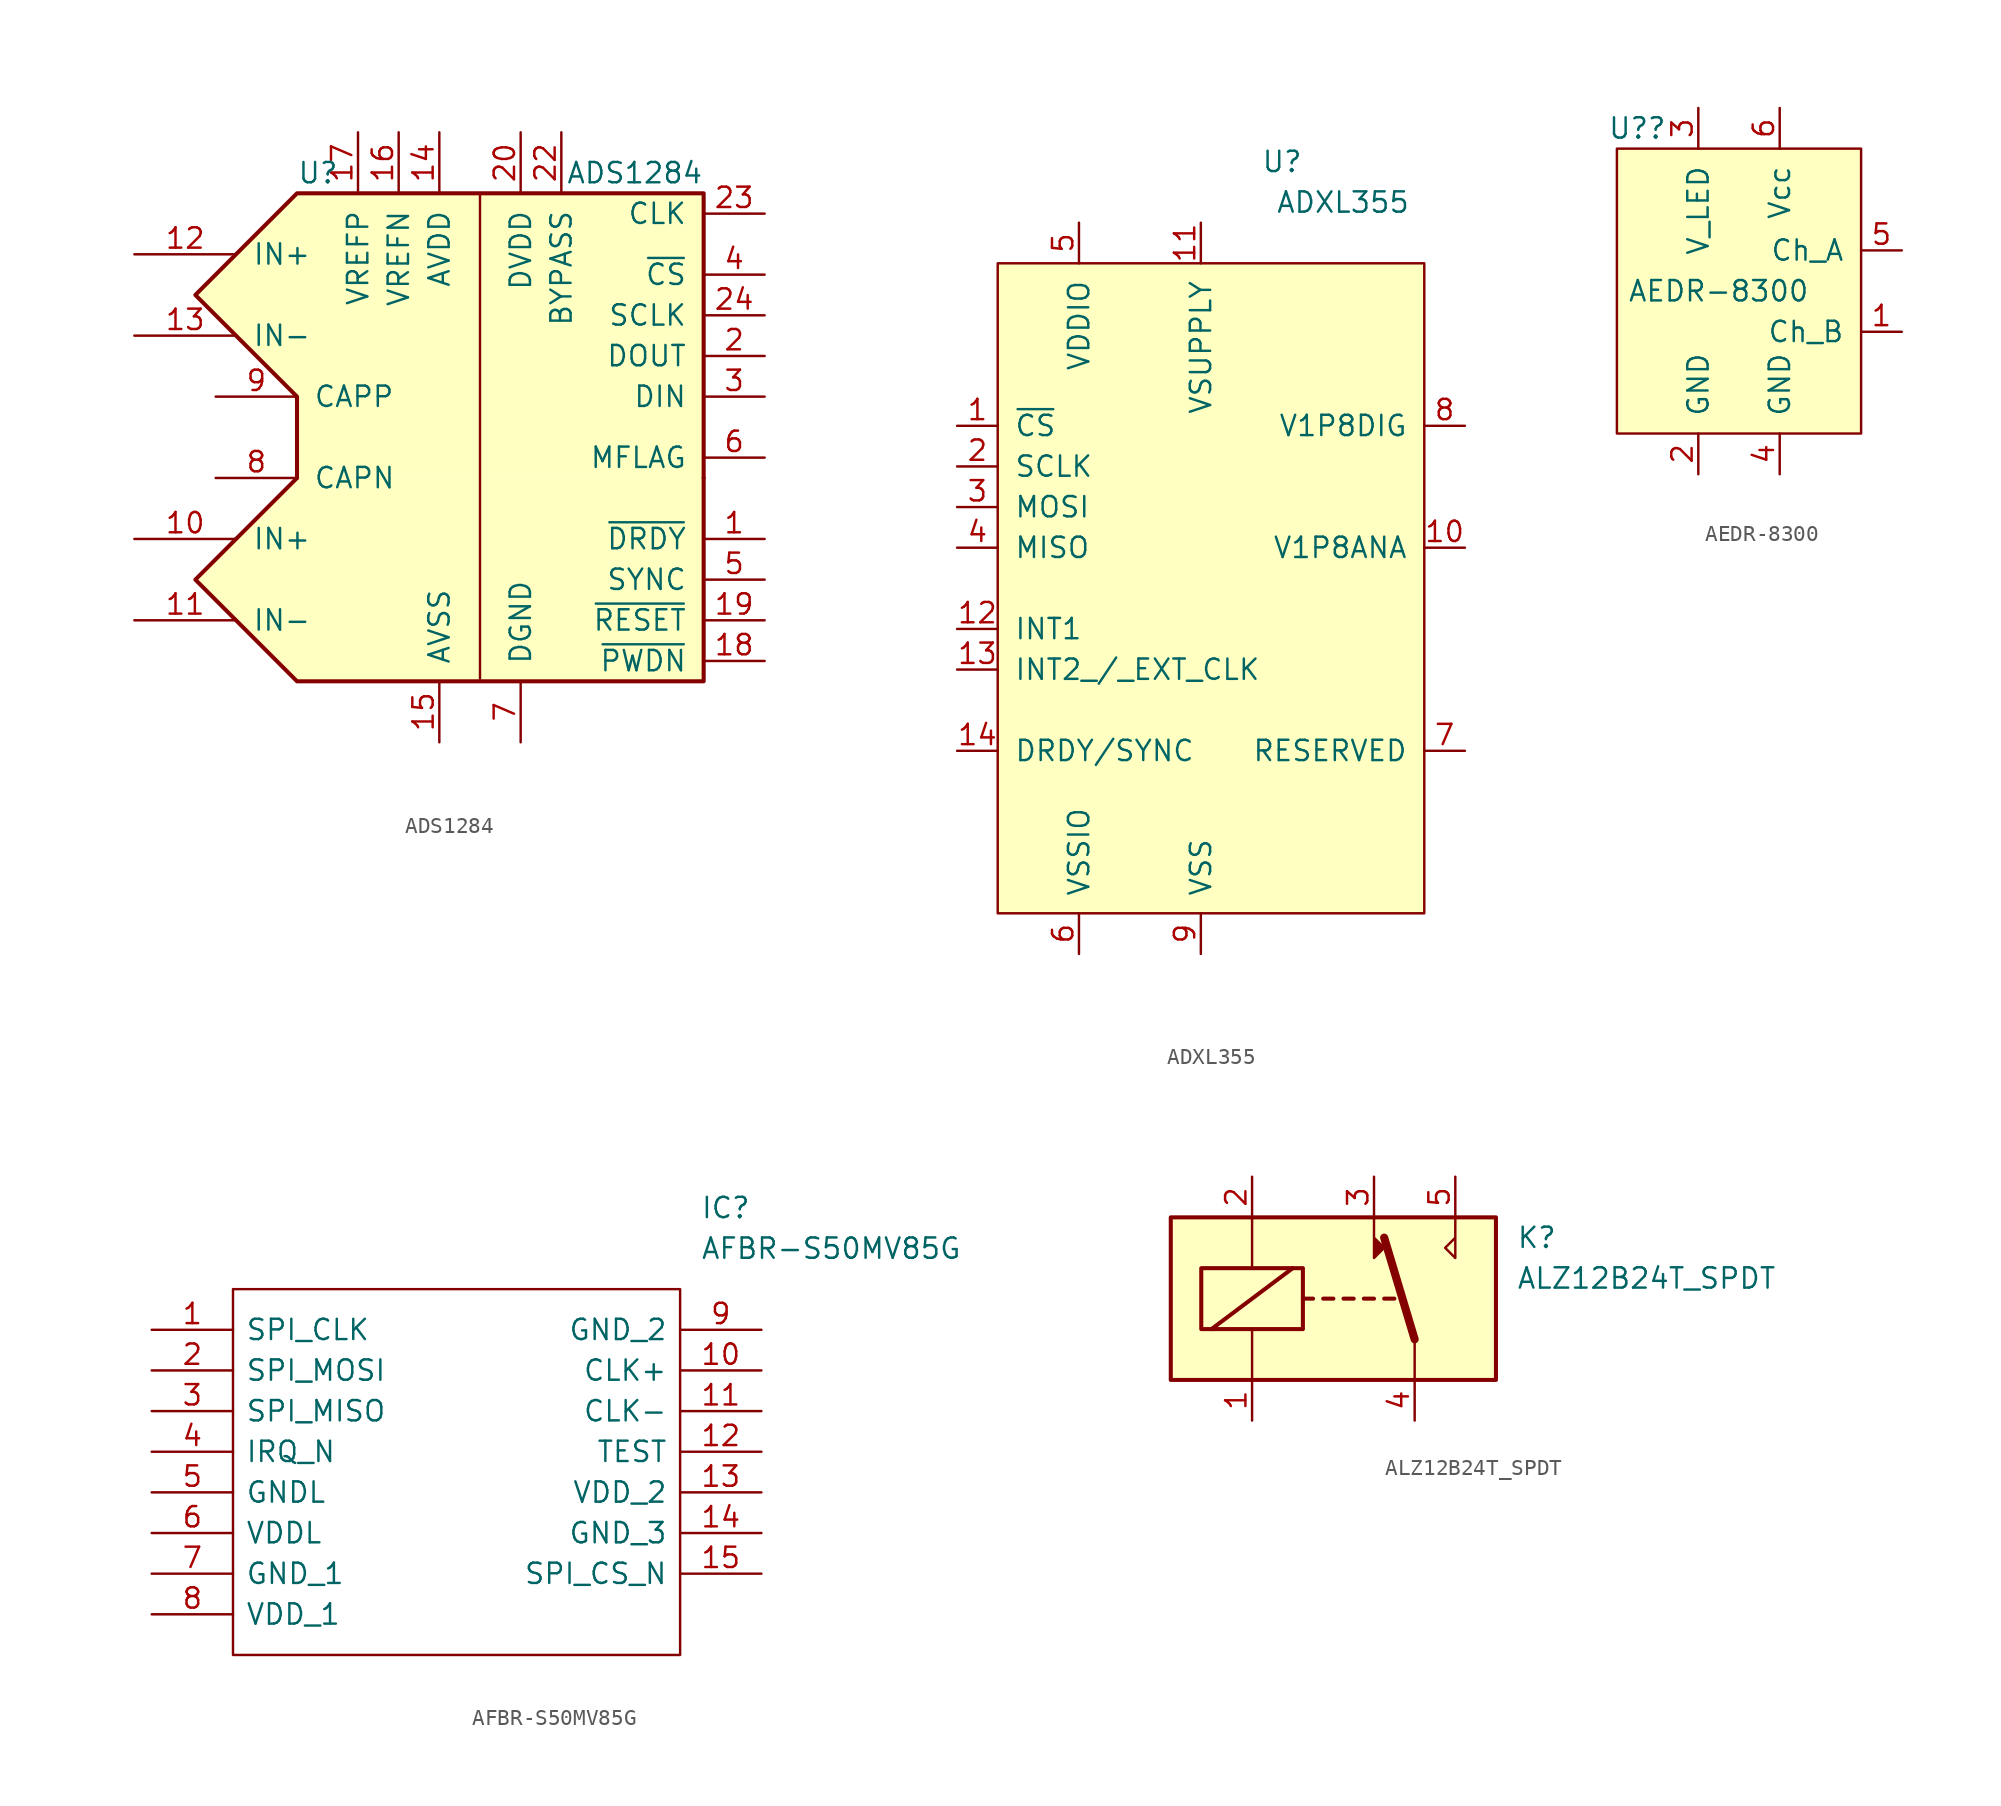
<source format=kicad_sym>
(kicad_symbol_lib
  (version 20220914)
  (generator kicad_symbol_editor)
  (symbol "ADS1284"
    (pin_names
      (offset 1.016))
    (property "Reference" "U"
      (at -10.16 16.51 0)
      (effects (font (size 1.27 1.27)) (justify left)))
    (property "Value" "ADS1284"
      (at 15.24 16.51 0)
      (effects (font (size 1.27 1.27)) (justify right)))
    (symbol "ADS1284_0_1"
      (polyline (pts (xy 1.27 -15.24) (xy 1.27 15.24)) (stroke (width 0) (type default)) (fill (type none)))
      (polyline (pts (xy -10.16 -2.54) (xy -10.16 -2.54) (xy -16.51 -8.89) (xy -10.16 -15.24) (xy 15.24 -15.24) (xy 15.24 -2.54)) (stroke (width 0.254) (type default)) (fill (type background)))
      (polyline (pts (xy -10.16 -2.54) (xy -10.16 2.54) (xy -16.51 8.89) (xy -10.16 15.24) (xy 15.24 15.24) (xy 15.24 -2.54)) (stroke (width 0.254) (type default)) (fill (type background))))
    (symbol "ADS1284_1_1"
      (pin output line (at 19.05 -6.35 180) (length 3.81) (name "~{DRDY}" (effects (font (size 1.27 1.27)))) (number "1" (effects (font (size 1.27 1.27)))))
      (pin input line (at -20.32 -6.35 0) (length 6.35) (name "IN+" (effects (font (size 1.27 1.27)))) (number "10" (effects (font (size 1.27 1.27)))))
      (pin input line (at -20.32 -11.43 0) (length 6.35) (name "IN-" (effects (font (size 1.27 1.27)))) (number "11" (effects (font (size 1.27 1.27)))))
      (pin input line (at -20.32 11.43 0) (length 6.35) (name "IN+" (effects (font (size 1.27 1.27)))) (number "12" (effects (font (size 1.27 1.27)))))
      (pin input line (at -20.32 6.35 0) (length 6.35) (name "IN-" (effects (font (size 1.27 1.27)))) (number "13" (effects (font (size 1.27 1.27)))))
      (pin power_in line (at -1.27 19.05 270) (length 3.81) (name "AVDD" (effects (font (size 1.27 1.27)))) (number "14" (effects (font (size 1.27 1.27)))))
      (pin power_in line (at -1.27 -19.05 90) (length 3.81) (name "AVSS" (effects (font (size 1.27 1.27)))) (number "15" (effects (font (size 1.27 1.27)))))
      (pin input line (at -3.81 19.05 270) (length 3.81) (name "VREFN" (effects (font (size 1.27 1.27)))) (number "16" (effects (font (size 1.27 1.27)))))
      (pin input line (at -6.35 19.05 270) (length 3.81) (name "VREFP" (effects (font (size 1.27 1.27)))) (number "17" (effects (font (size 1.27 1.27)))))
      (pin input line (at 19.05 -13.97 180) (length 3.81) (name "~{PWDN}" (effects (font (size 1.27 1.27)))) (number "18" (effects (font (size 1.27 1.27)))))
      (pin input line (at 19.05 -11.43 180) (length 3.81) (name "~{RESET}" (effects (font (size 1.27 1.27)))) (number "19" (effects (font (size 1.27 1.27)))))
      (pin output line (at 19.05 5.08 180) (length 3.81) (name "DOUT" (effects (font (size 1.27 1.27)))) (number "2" (effects (font (size 1.27 1.27)))))
      (pin power_in line (at 3.81 19.05 270) (length 3.81) (name "DVDD" (effects (font (size 1.27 1.27)))) (number "20" (effects (font (size 1.27 1.27)))))
      (pin power_in line (at 3.81 -19.05 90) (length 3.81) hide (name "DGND" (effects (font (size 1.27 1.27)))) (number "21" (effects (font (size 1.27 1.27)))))
      (pin power_in line (at 6.35 19.05 270) (length 3.81) (name "BYPASS" (effects (font (size 1.27 1.27)))) (number "22" (effects (font (size 1.27 1.27)))))
      (pin input line (at 19.05 13.97 180) (length 3.81) (name "CLK" (effects (font (size 1.27 1.27)))) (number "23" (effects (font (size 1.27 1.27)))))
      (pin input line (at 19.05 7.62 180) (length 3.81) (name "SCLK" (effects (font (size 1.27 1.27)))) (number "24" (effects (font (size 1.27 1.27)))))
      (pin input line (at 19.05 2.54 180) (length 3.81) (name "DIN" (effects (font (size 1.27 1.27)))) (number "3" (effects (font (size 1.27 1.27)))))
      (pin input line (at 19.05 10.16 180) (length 3.81) (name "~{CS}" (effects (font (size 1.27 1.27)))) (number "4" (effects (font (size 1.27 1.27)))))
      (pin input line (at 19.05 -8.89 180) (length 3.81) (name "SYNC" (effects (font (size 1.27 1.27)))) (number "5" (effects (font (size 1.27 1.27)))))
      (pin output line (at 19.05 -1.27 180) (length 3.81) (name "MFLAG" (effects (font (size 1.27 1.27)))) (number "6" (effects (font (size 1.27 1.27)))))
      (pin power_in line (at 3.81 -19.05 90) (length 3.81) (name "DGND" (effects (font (size 1.27 1.27)))) (number "7" (effects (font (size 1.27 1.27)))))
      (pin power_in line (at -15.24 -2.54 0) (length 5.08) (name "CAPN" (effects (font (size 1.27 1.27)))) (number "8" (effects (font (size 1.27 1.27)))))
      (pin power_in line (at -15.24 2.54 0) (length 5.08) (name "CAPP" (effects (font (size 1.27 1.27)))) (number "9" (effects (font (size 1.27 1.27)))))
      (pin no_connect line (at -6.35 -19.05 90) (length 3.81) hide (name "EP" (effects (font (size 1.27 1.27)))) (number "EP" (effects (font (size 1.27 1.27)))))))
  (symbol "ADXL355"
    (pin_names
      (offset 1.016))
    (property "Reference" "U"
      (at 17.78 16.51 0)
      (effects (font (size 1.27 1.27))))
    (property "Value" "ADXL355"
      (at 21.59 13.97 0)
      (effects (font (size 1.27 1.27))))
    (symbol "ADXL355_0_1"
      (rectangle (start 0 10.16) (end 26.67 -30.48) (stroke (width 0) (type default)) (fill (type background))))
    (symbol "ADXL355_1_1"
      (pin input line (at -2.54 0 0) (length 2.54) (name "~{CS}" (effects (font (size 1.27 1.27)))) (number "1" (effects (font (size 1.27 1.27)))))
      (pin power_in line (at 29.21 -7.62 180) (length 2.54) (name "V1P8ANA" (effects (font (size 1.27 1.27)))) (number "10" (effects (font (size 1.27 1.27)))))
      (pin power_in line (at 12.7 12.7 270) (length 2.54) (name "VSUPPLY" (effects (font (size 1.27 1.27)))) (number "11" (effects (font (size 1.27 1.27)))))
      (pin output line (at -2.54 -12.7 0) (length 2.54) (name "INT1" (effects (font (size 1.27 1.27)))) (number "12" (effects (font (size 1.27 1.27)))))
      (pin bidirectional line (at -2.54 -15.24 0) (length 2.54) (name "INT2_/_EXT_CLK" (effects (font (size 1.27 1.27)))) (number "13" (effects (font (size 1.27 1.27)))))
      (pin bidirectional line (at -2.54 -20.32 0) (length 2.54) (name "DRDY/SYNC" (effects (font (size 1.27 1.27)))) (number "14" (effects (font (size 1.27 1.27)))))
      (pin input line (at -2.54 -2.54 0) (length 2.54) (name "SCLK" (effects (font (size 1.27 1.27)))) (number "2" (effects (font (size 1.27 1.27)))))
      (pin input line (at -2.54 -5.08 0) (length 2.54) (name "MOSI" (effects (font (size 1.27 1.27)))) (number "3" (effects (font (size 1.27 1.27)))))
      (pin output line (at -2.54 -7.62 0) (length 2.54) (name "MISO" (effects (font (size 1.27 1.27)))) (number "4" (effects (font (size 1.27 1.27)))))
      (pin power_in line (at 5.08 12.7 270) (length 2.54) (name "VDDIO" (effects (font (size 1.27 1.27)))) (number "5" (effects (font (size 1.27 1.27)))))
      (pin power_in line (at 5.08 -33.02 90) (length 2.54) (name "VSSIO" (effects (font (size 1.27 1.27)))) (number "6" (effects (font (size 1.27 1.27)))))
      (pin passive line (at 29.21 -20.32 180) (length 2.54) (name "RESERVED" (effects (font (size 1.27 1.27)))) (number "7" (effects (font (size 1.27 1.27)))))
      (pin power_in line (at 29.21 0 180) (length 2.54) (name "V1P8DIG" (effects (font (size 1.27 1.27)))) (number "8" (effects (font (size 1.27 1.27)))))
      (pin power_in line (at 12.7 -33.02 90) (length 2.54) (name "VSS" (effects (font (size 1.27 1.27)))) (number "9" (effects (font (size 1.27 1.27)))))))
  (symbol "AEDR-8300"
    (pin_names
      (offset 1.016))
    (property "Reference" "U?"
      (at -6.35 10.16 0)
      (effects (font (size 1.27 1.27))))
    (property "Value" "AEDR-8300"
      (at -1.27 0 0)
      (effects (font (size 1.27 1.27))))
    (symbol "AEDR-8300_0_1"
      (rectangle (start -7.62 8.89) (end 7.62 -8.89) (stroke (width 0) (type default)) (fill (type background))))
    (symbol "AEDR-8300_1_1"
      (pin output line (at 10.16 -2.54 180) (length 2.54) (name "Ch_B" (effects (font (size 1.27 1.27)))) (number "1" (effects (font (size 1.27 1.27)))))
      (pin power_in line (at -2.54 -11.43 90) (length 2.54) (name "GND" (effects (font (size 1.27 1.27)))) (number "2" (effects (font (size 1.27 1.27)))))
      (pin power_in line (at -2.54 11.43 270) (length 2.54) (name "V_LED" (effects (font (size 1.27 1.27)))) (number "3" (effects (font (size 1.27 1.27)))))
      (pin power_in line (at 2.54 -11.43 90) (length 2.54) (name "GND" (effects (font (size 1.27 1.27)))) (number "4" (effects (font (size 1.27 1.27)))))
      (pin output line (at 10.16 2.54 180) (length 2.54) (name "Ch_A" (effects (font (size 1.27 1.27)))) (number "5" (effects (font (size 1.27 1.27)))))
      (pin power_in line (at 2.54 11.43 270) (length 2.54) (name "Vcc" (effects (font (size 1.27 1.27)))) (number "6" (effects (font (size 1.27 1.27)))))))
  (symbol "AFBR-S50MV85G"
    (pin_names
      (offset 0.762))
    (property "Reference" "IC"
      (at 34.29 7.62 0)
      (effects (font (size 1.27 1.27)) (justify left)))
    (property "Value" "AFBR-S50MV85G"
      (at 34.29 5.08 0)
      (effects (font (size 1.27 1.27)) (justify left)))
    (symbol "AFBR-S50MV85G_0_0"
      (pin passive line (at 0 0 0) (length 5.08) (name "SPI_CLK" (effects (font (size 1.27 1.27)))) (number "1" (effects (font (size 1.27 1.27)))))
      (pin passive line (at 38.1 -2.54 180) (length 5.08) (name "CLK+" (effects (font (size 1.27 1.27)))) (number "10" (effects (font (size 1.27 1.27)))))
      (pin passive line (at 38.1 -5.08 180) (length 5.08) (name "CLK-" (effects (font (size 1.27 1.27)))) (number "11" (effects (font (size 1.27 1.27)))))
      (pin passive line (at 38.1 -7.62 180) (length 5.08) (name "TEST" (effects (font (size 1.27 1.27)))) (number "12" (effects (font (size 1.27 1.27)))))
      (pin passive line (at 38.1 -10.16 180) (length 5.08) (name "VDD_2" (effects (font (size 1.27 1.27)))) (number "13" (effects (font (size 1.27 1.27)))))
      (pin passive line (at 38.1 -12.7 180) (length 5.08) (name "GND_3" (effects (font (size 1.27 1.27)))) (number "14" (effects (font (size 1.27 1.27)))))
      (pin passive line (at 38.1 -15.24 180) (length 5.08) (name "SPI_CS_N" (effects (font (size 1.27 1.27)))) (number "15" (effects (font (size 1.27 1.27)))))
      (pin passive line (at 0 -2.54 0) (length 5.08) (name "SPI_MOSI" (effects (font (size 1.27 1.27)))) (number "2" (effects (font (size 1.27 1.27)))))
      (pin passive line (at 0 -5.08 0) (length 5.08) (name "SPI_MISO" (effects (font (size 1.27 1.27)))) (number "3" (effects (font (size 1.27 1.27)))))
      (pin passive line (at 0 -7.62 0) (length 5.08) (name "IRQ_N" (effects (font (size 1.27 1.27)))) (number "4" (effects (font (size 1.27 1.27)))))
      (pin passive line (at 0 -10.16 0) (length 5.08) (name "GNDL" (effects (font (size 1.27 1.27)))) (number "5" (effects (font (size 1.27 1.27)))))
      (pin passive line (at 0 -12.7 0) (length 5.08) (name "VDDL" (effects (font (size 1.27 1.27)))) (number "6" (effects (font (size 1.27 1.27)))))
      (pin passive line (at 0 -15.24 0) (length 5.08) (name "GND_1" (effects (font (size 1.27 1.27)))) (number "7" (effects (font (size 1.27 1.27)))))
      (pin passive line (at 0 -17.78 0) (length 5.08) (name "VDD_1" (effects (font (size 1.27 1.27)))) (number "8" (effects (font (size 1.27 1.27)))))
      (pin passive line (at 38.1 0 180) (length 5.08) (name "GND_2" (effects (font (size 1.27 1.27)))) (number "9" (effects (font (size 1.27 1.27))))))
    (symbol "AFBR-S50MV85G_0_1"
      (polyline (pts (xy 5.08 2.54) (xy 33.02 2.54) (xy 33.02 -20.32) (xy 5.08 -20.32) (xy 5.08 2.54)) (stroke (width 0.152) (type default)) (fill (type none)))))
  (symbol "ALZ12B24T_SPDT"
    (property "Reference" "K"
      (at 11.43 3.81 0)
      (effects (font (size 1.27 1.27)) (justify left)))
    (property "Value" "ALZ12B24T_SPDT"
      (at 11.43 1.27 0)
      (effects (font (size 1.27 1.27)) (justify left)))
    (symbol "ALZ12B24T_SPDT_0_0"
      (polyline (pts (xy 7.62 5.08) (xy 7.62 2.54) (xy 6.985 3.175) (xy 7.62 3.81)) (stroke (width 0) (type default)) (fill (type none))))
    (symbol "ALZ12B24T_SPDT_0_1"
      (rectangle (start -10.16 5.08) (end 10.16 -5.08) (stroke (width 0.254) (type default)) (fill (type background)))
      (rectangle (start -8.255 1.905) (end -1.905 -1.905) (stroke (width 0.254) (type default)) (fill (type none)))
      (polyline (pts (xy -7.62 -1.905) (xy -2.54 1.905)) (stroke (width 0.254) (type default)) (fill (type none)))
      (polyline (pts (xy -5.08 -5.08) (xy -5.08 -1.905)) (stroke (width 0) (type default)) (fill (type none)))
      (polyline (pts (xy -5.08 5.08) (xy -5.08 1.905)) (stroke (width 0) (type default)) (fill (type none)))
      (polyline (pts (xy -1.905 0) (xy -1.27 0)) (stroke (width 0.254) (type default)) (fill (type none)))
      (polyline (pts (xy -0.635 0) (xy 0 0)) (stroke (width 0.254) (type default)) (fill (type none)))
      (polyline (pts (xy 0.635 0) (xy 1.27 0)) (stroke (width 0.254) (type default)) (fill (type none)))
      (polyline (pts (xy 1.905 0) (xy 2.54 0)) (stroke (width 0.254) (type default)) (fill (type none)))
      (polyline (pts (xy 3.175 0) (xy 3.81 0)) (stroke (width 0.254) (type default)) (fill (type none)))
      (polyline (pts (xy 5.08 -2.54) (xy 3.175 3.81)) (stroke (width 0.508) (type default)) (fill (type none)))
      (polyline (pts (xy 5.08 -2.54) (xy 5.08 -5.08)) (stroke (width 0) (type default)) (fill (type none))))
    (symbol "ALZ12B24T_SPDT_1_1"
      (polyline (pts (xy 2.54 3.81) (xy 3.175 3.175) (xy 2.54 2.54) (xy 2.54 5.08)) (stroke (width 0) (type default)) (fill (type outline)))
      (pin passive line (at -5.08 -7.62 90) (length 2.54) (name "~" (effects (font (size 1.27 1.27)))) (number "1" (effects (font (size 1.27 1.27)))))
      (pin passive line (at -5.08 7.62 270) (length 2.54) (name "~" (effects (font (size 1.27 1.27)))) (number "2" (effects (font (size 1.27 1.27)))))
      (pin passive line (at 2.54 7.62 270) (length 2.54) (name "~" (effects (font (size 1.27 1.27)))) (number "3" (effects (font (size 1.27 1.27)))))
      (pin passive line (at 5.08 -7.62 90) (length 2.54) (name "~" (effects (font (size 1.27 1.27)))) (number "4" (effects (font (size 1.27 1.27)))))
      (pin passive line (at 7.62 7.62 270) (length 2.54) (name "~" (effects (font (size 1.27 1.27)))) (number "5" (effects (font (size 1.27 1.27))))))))
</source>
